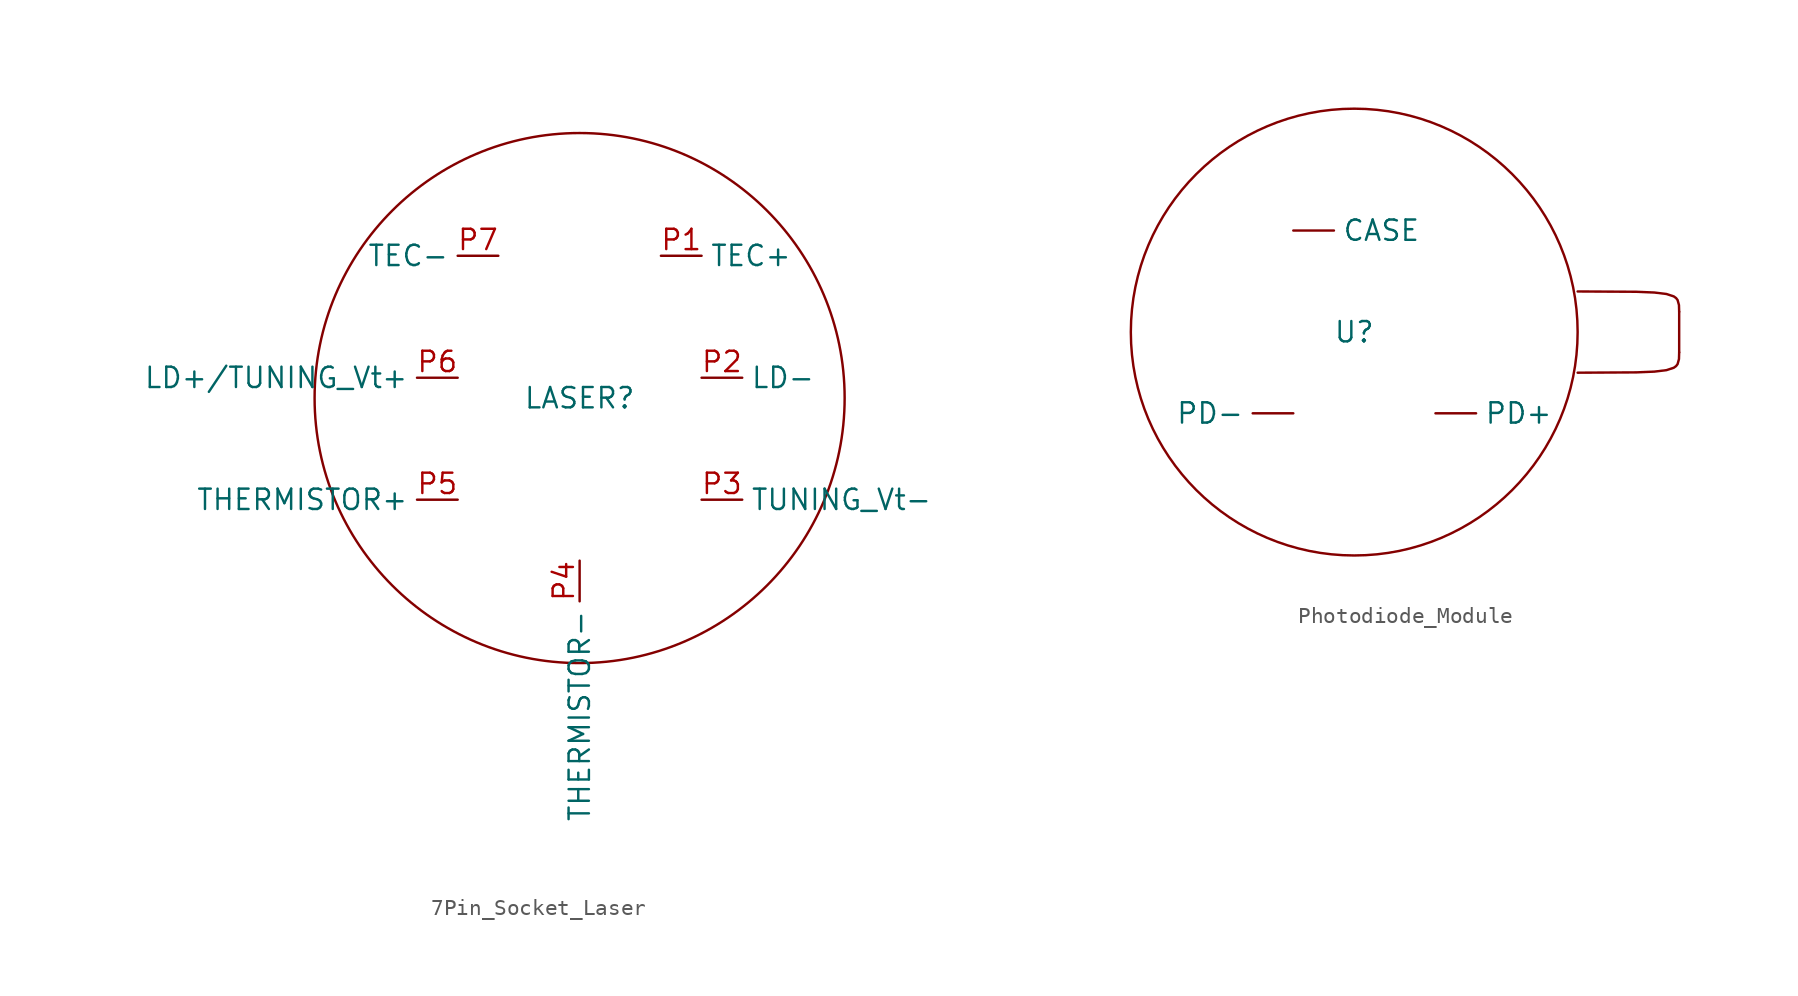
<source format=kicad_sym>
(kicad_symbol_lib
  (version 20241209)
  (generator "kicad_symbol_editor")
  (generator_version "9.0")
  (symbol "7Pin_Socket_Laser"
    (property "Reference" "LASER"
      (at 0 0 0)
      (effects (font (size 1.27 1.27))))
    (property "Value" ""
      (at 0 0 0)
      (effects (font (size 1.27 1.27))))
    (symbol "7Pin_Socket_Laser_1_1"
      (circle (center 0 0) (radius 16.559) (stroke (width 0) (type solid)) (fill (type none)))
      (pin input line (at -7.62 1.27 180) (length 2.54) (name "LD+/TUNING_Vt+" (effects (font (size 1.27 1.27)))) (number "P6" (effects (font (size 1.27 1.27)))))
      (pin input line (at -7.62 -6.35 180) (length 2.54) (name "THERMISTOR+" (effects (font (size 1.27 1.27)))) (number "P5" (effects (font (size 1.27 1.27)))))
      (pin output line (at -5.08 8.89 180) (length 2.54) (name "TEC-" (effects (font (size 1.27 1.27)))) (number "P7" (effects (font (size 1.27 1.27)))))
      (pin output line (at 0 -10.16 270) (length 2.54) (name "THERMISTOR-" (effects (font (size 1.27 1.27)))) (number "P4" (effects (font (size 1.27 1.27)))))
      (pin input line (at 5.08 8.89 0) (length 2.54) (name "TEC+" (effects (font (size 1.27 1.27)))) (number "P1" (effects (font (size 1.27 1.27)))))
      (pin output line (at 7.62 1.27 0) (length 2.54) (name "LD-" (effects (font (size 1.27 1.27)))) (number "P2" (effects (font (size 1.27 1.27)))))
      (pin output line (at 7.62 -6.35 0) (length 2.54) (name "TUNING_Vt-" (effects (font (size 1.27 1.27)))) (number "P3" (effects (font (size 1.27 1.27)))))))
  (symbol "Photodiode_Module"
    (property "Reference" "U"
      (at 0 0 0)
      (effects (font (size 1.27 1.27))))
    (property "Value" ""
      (at 0 0 0)
      (effects (font (size 1.27 1.27))))
    (symbol "Photodiode_Module_0_1"
      (circle (center 0 0) (radius 13.97) (stroke (width 0) (type default)) (fill (type none)))
      (bezier (pts (xy 13.97 2.54) (xy 20.32 2.54) (xy 20.32 2.54) (xy 20.32 1.27)) (stroke (width 0) (type default)) (fill (type none)))
      (bezier (pts (xy 13.97 -2.54) (xy 20.32 -2.54) (xy 20.32 -2.54) (xy 20.32 -1.27)) (stroke (width 0) (type default)) (fill (type none)))
      (polyline (pts (xy 20.32 1.27) (xy 20.32 -1.27)) (stroke (width 0) (type default)) (fill (type none))))
    (symbol "Photodiode_Module_1_1"
      (pin output line (at -3.81 6.35 0) (length 2.54) (name "CASE" (effects (font (size 1.27 1.27)))) (number "" (effects (font (size 1.27 1.27)))))
      (pin output line (at -3.81 -5.08 180) (length 2.54) (name "PD-" (effects (font (size 1.27 1.27)))) (number "" (effects (font (size 1.27 1.27)))))
      (pin input line (at 5.08 -5.08 0) (length 2.54) (name "PD+" (effects (font (size 1.27 1.27)))) (number "" (effects (font (size 1.27 1.27))))))))
</source>
